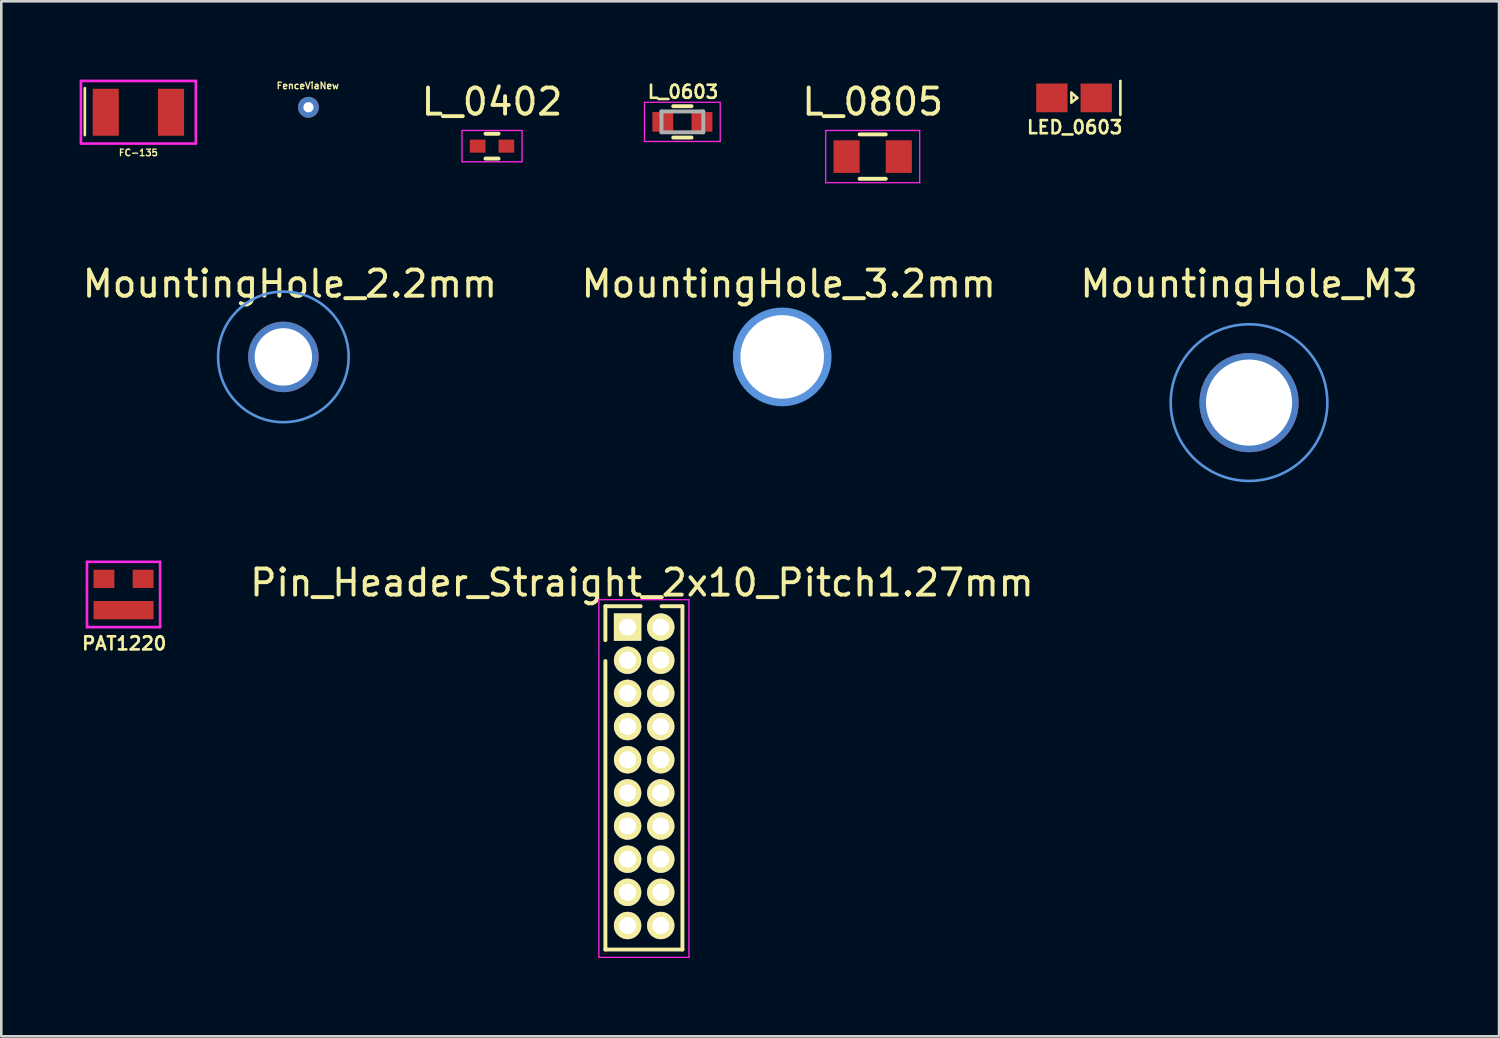
<source format=kicad_pcb>
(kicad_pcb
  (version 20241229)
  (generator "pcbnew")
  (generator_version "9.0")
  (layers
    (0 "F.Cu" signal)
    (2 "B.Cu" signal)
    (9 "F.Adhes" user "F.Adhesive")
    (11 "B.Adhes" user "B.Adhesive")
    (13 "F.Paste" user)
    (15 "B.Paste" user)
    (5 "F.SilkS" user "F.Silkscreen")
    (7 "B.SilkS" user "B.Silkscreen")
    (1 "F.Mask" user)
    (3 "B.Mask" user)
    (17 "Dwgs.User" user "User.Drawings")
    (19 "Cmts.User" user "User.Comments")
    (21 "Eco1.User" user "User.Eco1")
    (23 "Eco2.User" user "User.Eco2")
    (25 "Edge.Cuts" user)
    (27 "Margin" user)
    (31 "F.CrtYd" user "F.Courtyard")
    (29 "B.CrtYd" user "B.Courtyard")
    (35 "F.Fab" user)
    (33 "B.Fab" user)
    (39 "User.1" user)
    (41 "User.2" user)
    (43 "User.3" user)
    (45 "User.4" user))
  (footprint "MountingHole_2.2mm"
    (layer "F.Cu")
    (at 7.804 10.621)
    (property "Reference" "MountingHole_2.2mm" (at 0.25 -2.8 0) (layer "F.SilkS") (effects (font (size 1 1) (thickness 0.15))))
    (attr through_hole)
    (fp_circle (center 0 0) (end 2.5 0) (stroke (width 0.1) (type solid)) (fill no) (layer "Cmts.User"))
    (pad "1" thru_hole circle (at 0 0) (size 2.7 2.7) (drill 2.2) (layers "*.Cu")))
  (footprint "MountingHole_3.2mm"
    (layer "F.Cu")
    (at 26.911 10.621)
    (property "Reference" "MountingHole_3.2mm" (at 0.25 -2.8 0) (layer "F.SilkS") (effects (font (size 1 1) (thickness 0.15))))
    (attr through_hole)
    (fp_circle (center 0 0) (end 1.7 0) (stroke (width 0.381) (type solid)) (fill no) (layer "Cmts.User"))
    (pad "1" thru_hole circle (at 0 0) (size 3.2 3.2) (drill 3.2) (layers "*.Cu")))
  (footprint "MountingHole_M3"
    (layer "F.Cu")
    (at 44.792 12.371)
    (property "Reference" "MountingHole_M3" (at 0 -4.55 0) (layer "F.SilkS") (effects (font (size 1 1) (thickness 0.15))))
    (attr through_hole)
    (fp_circle (center 0 0) (end 3 0) (stroke (width 0.1) (type solid)) (fill no) (layer "Cmts.User"))
    (pad "1" thru_hole circle (at 0 0) (size 3.8 3.8) (drill 3.3) (layers "*.Cu")))
  (footprint "LED_0603"
    (layer "F.Cu")
    (at 38.089 0.7)
    (property "Reference" "LED_0603" (at 0.025 1.125 0) (layer "F.SilkS") (effects (font (size 0.5 0.5) (thickness 0.1))))
    (attr through_hole)
    (fp_line (start -0.1 -0.2) (end 0.125 0) (stroke (width 0.1) (type solid)) (layer "F.SilkS"))
    (fp_line (start -0.1 0) (end -0.1 -0.2) (stroke (width 0.1) (type solid)) (layer "F.SilkS"))
    (fp_line (start -0.1 0.175) (end -0.1 0.05) (stroke (width 0.1) (type solid)) (layer "F.SilkS"))
    (fp_line (start 0.125 0) (end -0.1 0.175) (stroke (width 0.1) (type solid)) (layer "F.SilkS"))
    (fp_line (start 1.775 -0.65) (end 1.775 0.65) (stroke (width 0.1) (type solid)) (layer "F.SilkS"))
    (pad "1" smd rect (at 0.85 0) (size 1.2 1.1) (layers "F.Cu" "F.Mask" "F.Paste"))
    (pad "2" smd rect (at -0.85 0) (size 1.2 1.1) (layers "F.Cu" "F.Mask" "F.Paste")))
  (footprint "L_0603"
    (layer "F.Cu")
    (at 23.087 1.618)
    (property "Reference" "L_0603" (at 0.025 -1.15 0) (layer "F.SilkS") (effects (font (size 0.5 0.5) (thickness 0.1))))
    (attr smd)
    (fp_line (start -0.35 -0.6) (end 0.35 -0.6) (stroke (width 0.15) (type solid)) (layer "F.SilkS"))
    (fp_line (start 0.35 0.6) (end -0.35 0.6) (stroke (width 0.15) (type solid)) (layer "F.SilkS"))
    (fp_line (start -1.45 -0.75) (end -1.45 0.75) (stroke (width 0.05) (type solid)) (layer "F.CrtYd"))
    (fp_line (start -1.45 -0.75) (end 1.45 -0.75) (stroke (width 0.05) (type solid)) (layer "F.CrtYd"))
    (fp_line (start -1.45 0.75) (end 1.45 0.75) (stroke (width 0.05) (type solid)) (layer "F.CrtYd"))
    (fp_line (start 1.45 -0.75) (end 1.45 0.75) (stroke (width 0.05) (type solid)) (layer "F.CrtYd"))
    (fp_line (start -0.8 -0.4) (end 0.8 -0.4) (stroke (width 0.15) (type solid)) (layer "F.Fab"))
    (fp_line (start -0.8 0.4) (end -0.8 -0.4) (stroke (width 0.15) (type solid)) (layer "F.Fab"))
    (fp_line (start 0.8 -0.4) (end 0.8 0.4) (stroke (width 0.15) (type solid)) (layer "F.Fab"))
    (fp_line (start 0.8 0.4) (end -0.8 0.4) (stroke (width 0.15) (type solid)) (layer "F.Fab"))
    (pad "1" smd rect (at -0.75 0) (size 0.8 0.75) (layers "F.Cu" "F.Mask" "F.Paste"))
    (pad "2" smd rect (at 0.75 0) (size 0.8 0.75) (layers "F.Cu" "F.Mask" "F.Paste")))
  (footprint "FenceViaNew"
    (layer "F.Cu")
    (at 8.765 1.059)
    (property "Reference" "FenceViaNew" (at -0.025 -0.825 0) (layer "F.SilkS") (effects (font (size 0.25 0.25) (thickness 0.05))))
    (attr through_hole)
    (pad "1" thru_hole circle (at 0 0) (size 0.8 0.8) (drill 0.39) (layers "*.Cu")))
  (footprint "PAT1220"
    (layer "F.Cu")
    (at 1.682 19.721)
    (property "Reference" "PAT1220" (at 0.025 1.875 0) (layer "F.SilkS") (effects (font (size 0.5 0.5) (thickness 0.1))))
    (attr through_hole)
    (fp_line (start -1.4 -1.25) (end 1.4 -1.25) (stroke (width 0.1) (type solid)) (layer "F.CrtYd"))
    (fp_line (start -1.4 1.25) (end -1.4 -1.25) (stroke (width 0.1) (type solid)) (layer "F.CrtYd"))
    (fp_line (start 1.4 -1.25) (end 1.4 1.25) (stroke (width 0.1) (type solid)) (layer "F.CrtYd"))
    (fp_line (start 1.4 1.25) (end -1.4 1.25) (stroke (width 0.1) (type solid)) (layer "F.CrtYd"))
    (pad "1" smd rect (at -0.75 -0.6) (size 0.8 0.7) (layers "F.Cu" "F.Mask" "F.Paste"))
    (pad "2" smd rect (at 0.75 -0.6) (size 0.8 0.7) (layers "F.Cu" "F.Mask" "F.Paste"))
    (pad "3" smd rect (at 0 0.6) (size 2.3 0.7) (layers "F.Cu" "F.Mask" "F.Paste")))
  (footprint "L_0402"
    (layer "F.Cu")
    (at 15.796 2.548)
    (property "Reference" "L_0402" (at 0 -1.7 0) (layer "F.SilkS") (effects (font (size 1 1) (thickness 0.15))))
    (attr smd)
    (fp_line (start -0.25 0.475) (end 0.25 0.475) (stroke (width 0.15) (type solid)) (layer "F.SilkS"))
    (fp_line (start 0.25 -0.475) (end -0.25 -0.475) (stroke (width 0.15) (type solid)) (layer "F.SilkS"))
    (fp_line (start -1.15 -0.6) (end -1.15 0.6) (stroke (width 0.05) (type solid)) (layer "F.CrtYd"))
    (fp_line (start -1.15 -0.6) (end 1.15 -0.6) (stroke (width 0.05) (type solid)) (layer "F.CrtYd"))
    (fp_line (start -1.15 0.6) (end 1.15 0.6) (stroke (width 0.05) (type solid)) (layer "F.CrtYd"))
    (fp_line (start 1.15 -0.6) (end 1.15 0.6) (stroke (width 0.05) (type solid)) (layer "F.CrtYd"))
    (pad "1" smd rect (at -0.55 0) (size 0.6 0.5) (layers "F.Cu" "F.Mask" "F.Paste"))
    (pad "2" smd rect (at 0.55 0) (size 0.6 0.5) (layers "F.Cu" "F.Mask" "F.Paste")))
  (footprint "Pin_Header_Straight_2x10_Pitch1.27mm"
    (layer "F.Cu")
    (at 20.989 20.97)
    (property "Reference" "Pin_Header_Straight_2x10_Pitch1.27mm" (at 0.55 -1.7 0) (layer "F.SilkS") (effects (font (size 1 1) (thickness 0.15))))
    (attr through_hole)
    (fp_line (start -0.85 -0.8) (end -0.85 0.5) (stroke (width 0.15) (type solid)) (layer "F.SilkS"))
    (fp_line (start -0.85 12.35) (end -0.85 1.3) (stroke (width 0.15) (type solid)) (layer "F.SilkS"))
    (fp_line (start 0.5 -0.8) (end -0.85 -0.8) (stroke (width 0.15) (type solid)) (layer "F.SilkS"))
    (fp_line (start 2.1 -0.8) (end 1.3 -0.8) (stroke (width 0.15) (type solid)) (layer "F.SilkS"))
    (fp_line (start 2.1 12.35) (end -0.85 12.35) (stroke (width 0.15) (type solid)) (layer "F.SilkS"))
    (fp_line (start 2.1 12.35) (end 2.1 -0.8) (stroke (width 0.15) (type solid)) (layer "F.SilkS"))
    (fp_line (start -1.1 -1.05) (end -1.1 12.65) (stroke (width 0.05) (type solid)) (layer "F.CrtYd"))
    (fp_line (start -1.1 -1.05) (end 2.35 -1.05) (stroke (width 0.05) (type solid)) (layer "F.CrtYd"))
    (fp_line (start -1.1 12.65) (end 2.35 12.65) (stroke (width 0.05) (type solid)) (layer "F.CrtYd"))
    (fp_line (start 2.35 -1.05) (end 2.35 12.65) (stroke (width 0.05) (type solid)) (layer "F.CrtYd"))
    (pad "1" thru_hole rect (at 0 0) (size 1.05 1.05) (drill 0.65) (layers "*.Cu" "*.Mask" "F.SilkS"))
    (pad "2" thru_hole circle (at 1.27 0) (size 1.05 1.05) (drill 0.65) (layers "*.Cu" "*.Mask" "F.SilkS"))
    (pad "3" thru_hole circle (at 0 1.27) (size 1.05 1.05) (drill 0.65) (layers "*.Cu" "*.Mask" "F.SilkS"))
    (pad "4" thru_hole circle (at 1.27 1.27) (size 1.05 1.05) (drill 0.65) (layers "*.Cu" "*.Mask" "F.SilkS"))
    (pad "5" thru_hole circle (at 0 2.54) (size 1.05 1.05) (drill 0.65) (layers "*.Cu" "*.Mask" "F.SilkS"))
    (pad "6" thru_hole circle (at 1.27 2.54) (size 1.05 1.05) (drill 0.65) (layers "*.Cu" "*.Mask" "F.SilkS"))
    (pad "7" thru_hole circle (at 0 3.81) (size 1.05 1.05) (drill 0.65) (layers "*.Cu" "*.Mask" "F.SilkS"))
    (pad "8" thru_hole circle (at 1.27 3.81) (size 1.05 1.05) (drill 0.65) (layers "*.Cu" "*.Mask" "F.SilkS"))
    (pad "9" thru_hole circle (at 0 5.08) (size 1.05 1.05) (drill 0.65) (layers "*.Cu" "*.Mask" "F.SilkS"))
    (pad "10" thru_hole circle (at 1.27 5.08) (size 1.05 1.05) (drill 0.65) (layers "*.Cu" "*.Mask" "F.SilkS"))
    (pad "11" thru_hole oval (at 0 6.35) (size 1.05 1.05) (drill 0.65) (layers "*.Cu" "*.Mask" "F.SilkS"))
    (pad "12" thru_hole circle (at 1.27 6.35) (size 1.05 1.05) (drill 0.65) (layers "*.Cu" "*.Mask" "F.SilkS"))
    (pad "13" thru_hole circle (at 0 7.62) (size 1.05 1.05) (drill 0.65) (layers "*.Cu" "*.Mask" "F.SilkS"))
    (pad "14" thru_hole circle (at 1.27 7.62) (size 1.05 1.05) (drill 0.65) (layers "*.Cu" "*.Mask" "F.SilkS"))
    (pad "15" thru_hole circle (at 0 8.89) (size 1.05 1.05) (drill 0.65) (layers "*.Cu" "*.Mask" "F.SilkS"))
    (pad "16" thru_hole circle (at 1.27 8.89) (size 1.05 1.05) (drill 0.65) (layers "*.Cu" "*.Mask" "F.SilkS"))
    (pad "17" thru_hole circle (at 0 10.16) (size 1.05 1.05) (drill 0.65) (layers "*.Cu" "*.Mask" "F.SilkS"))
    (pad "18" thru_hole circle (at 1.27 10.16) (size 1.05 1.05) (drill 0.65) (layers "*.Cu" "*.Mask" "F.SilkS"))
    (pad "19" thru_hole circle (at 0 11.43) (size 1.05 1.05) (drill 0.65) (layers "*.Cu" "*.Mask" "F.SilkS"))
    (pad "20" thru_hole circle (at 1.27 11.43) (size 1.05 1.05) (drill 0.65) (layers "*.Cu" "*.Mask" "F.SilkS")))
  (footprint "FC-135"
    (layer "F.Cu")
    (at 2.25 1.25)
    (property "Reference" "FC-135" (at 0 1.55 0) (layer "F.SilkS") (effects (font (size 0.25 0.25) (thickness 0.05))))
    (attr through_hole)
    (fp_line (start -2.05 -0.925) (end -2.05 0.875) (stroke (width 0.1) (type solid)) (layer "F.SilkS"))
    (fp_line (start -2.2 -1.2) (end -2.2 1.2) (stroke (width 0.1) (type solid)) (layer "F.CrtYd"))
    (fp_line (start -2.2 1.2) (end 2.2 1.2) (stroke (width 0.1) (type solid)) (layer "F.CrtYd"))
    (fp_line (start 2.2 -1.2) (end -2.2 -1.2) (stroke (width 0.1) (type solid)) (layer "F.CrtYd"))
    (fp_line (start 2.2 1.2) (end 2.2 -1.2) (stroke (width 0.1) (type solid)) (layer "F.CrtYd"))
    (pad "1" smd rect (at -1.25 0) (size 1 1.8) (layers "F.Cu" "F.Mask" "F.Paste"))
    (pad "2" smd rect (at 1.25 0) (size 1 1.8) (layers "F.Cu" "F.Mask" "F.Paste")))
  (footprint "L_0805"
    (layer "F.Cu")
    (at 30.377 2.948)
    (property "Reference" "L_0805" (at 0 -2.1 0) (layer "F.SilkS") (effects (font (size 1 1) (thickness 0.15))))
    (attr smd)
    (fp_line (start -0.5 0.85) (end 0.5 0.85) (stroke (width 0.15) (type solid)) (layer "F.SilkS"))
    (fp_line (start 0.5 -0.85) (end -0.5 -0.85) (stroke (width 0.15) (type solid)) (layer "F.SilkS"))
    (fp_line (start -1.8 -1) (end -1.8 1) (stroke (width 0.05) (type solid)) (layer "F.CrtYd"))
    (fp_line (start -1.8 -1) (end 1.8 -1) (stroke (width 0.05) (type solid)) (layer "F.CrtYd"))
    (fp_line (start -1.8 1) (end 1.8 1) (stroke (width 0.05) (type solid)) (layer "F.CrtYd"))
    (fp_line (start 1.8 -1) (end 1.8 1) (stroke (width 0.05) (type solid)) (layer "F.CrtYd"))
    (pad "1" smd rect (at -1 0) (size 1 1.25) (layers "F.Cu" "F.Mask" "F.Paste"))
    (pad "2" smd rect (at 1 0) (size 1 1.25) (layers "F.Cu" "F.Mask" "F.Paste")))
  (gr_rect
    (start -3 -3)
    (end 54.369 36.645)
    (stroke (width 0.1) (type default))
    (fill no)
    (layer "Edge.Cuts")))
</source>
